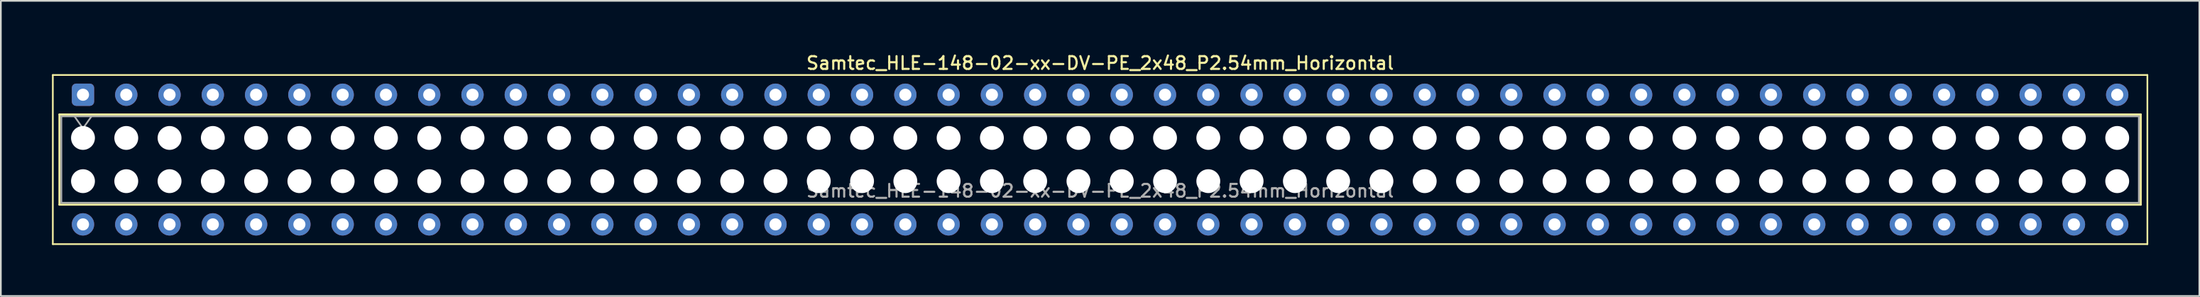
<source format=kicad_pcb>
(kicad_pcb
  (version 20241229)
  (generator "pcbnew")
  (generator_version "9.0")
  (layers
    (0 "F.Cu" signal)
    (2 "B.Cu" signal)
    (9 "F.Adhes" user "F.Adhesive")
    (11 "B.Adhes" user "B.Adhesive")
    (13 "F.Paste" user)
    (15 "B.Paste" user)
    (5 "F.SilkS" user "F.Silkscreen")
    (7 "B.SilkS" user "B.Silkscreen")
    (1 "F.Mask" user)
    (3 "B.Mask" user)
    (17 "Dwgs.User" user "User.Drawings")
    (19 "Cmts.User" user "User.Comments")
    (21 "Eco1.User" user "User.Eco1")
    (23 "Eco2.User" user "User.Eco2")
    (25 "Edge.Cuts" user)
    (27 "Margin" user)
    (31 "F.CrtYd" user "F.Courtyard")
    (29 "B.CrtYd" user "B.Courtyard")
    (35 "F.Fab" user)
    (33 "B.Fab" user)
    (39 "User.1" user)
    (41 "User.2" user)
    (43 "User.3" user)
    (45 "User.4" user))
  (footprint "Samtec_HLE-148-02-xx-DV-PE_2x48_P2.54mm_Horizontal"
    (layer "F.Cu")
    (at 1.82 2.518)
    (property "Reference" "Samtec_HLE-148-02-xx-DV-PE_2x48_P2.54mm_Horizontal" (at 59.69 -1.86 0) (layer "F.SilkS") (effects (font (size 0.75 0.75) (thickness 0.125))))
    (attr through_hole)
    (fp_line (start -1.77 -1.16) (end 121.15 -1.16) (stroke (width 0.1) (type solid)) (layer "F.SilkS"))
    (fp_line (start -1.77 8.78) (end -1.77 -1.16) (stroke (width 0.1) (type solid)) (layer "F.SilkS"))
    (fp_line (start -1.38 1.16) (end 120.76 1.16) (stroke (width 0.12) (type solid)) (layer "F.SilkS"))
    (fp_line (start -1.38 6.46) (end -1.38 1.16) (stroke (width 0.12) (type solid)) (layer "F.SilkS"))
    (fp_line (start 120.76 1.16) (end 120.76 6.46) (stroke (width 0.12) (type solid)) (layer "F.SilkS"))
    (fp_line (start 120.76 6.46) (end -1.38 6.46) (stroke (width 0.12) (type solid)) (layer "F.SilkS"))
    (fp_line (start 121.15 -1.16) (end 121.15 8.78) (stroke (width 0.1) (type solid)) (layer "F.SilkS"))
    (fp_line (start 121.15 8.78) (end -1.77 8.78) (stroke (width 0.1) (type solid)) (layer "F.SilkS"))
    (fp_line (start -1.27 1.27) (end 120.65 1.27) (stroke (width 0.1) (type solid)) (layer "F.Fab"))
    (fp_line (start -1.27 6.35) (end -1.27 1.27) (stroke (width 0.1) (type solid)) (layer "F.Fab"))
    (fp_line (start -0.5 1.27) (end 0 1.977) (stroke (width 0.1) (type solid)) (layer "F.Fab"))
    (fp_line (start 0 1.977) (end 0.5 1.27) (stroke (width 0.1) (type solid)) (layer "F.Fab"))
    (fp_line (start 120.65 1.27) (end 120.65 6.35) (stroke (width 0.1) (type solid)) (layer "F.Fab"))
    (fp_line (start 120.65 6.35) (end -1.27 6.35) (stroke (width 0.1) (type solid)) (layer "F.Fab"))
    (fp_text user "${REFERENCE}" (at 59.69 5.65 0) (layer "F.Fab") (effects (font (size 0.75 0.75) (thickness 0.125))))
    (pad "" np_thru_hole circle (at 0 2.54) (size 1.4 1.4) (drill 1.4) (layers "*.Cu" "*.Mask"))
    (pad "" np_thru_hole circle (at 0 5.08) (size 1.4 1.4) (drill 1.4) (layers "*.Cu" "*.Mask"))
    (pad "" np_thru_hole circle (at 2.54 2.54) (size 1.4 1.4) (drill 1.4) (layers "*.Cu" "*.Mask"))
    (pad "" np_thru_hole circle (at 2.54 5.08) (size 1.4 1.4) (drill 1.4) (layers "*.Cu" "*.Mask"))
    (pad "" np_thru_hole circle (at 5.08 2.54) (size 1.4 1.4) (drill 1.4) (layers "*.Cu" "*.Mask"))
    (pad "" np_thru_hole circle (at 5.08 5.08) (size 1.4 1.4) (drill 1.4) (layers "*.Cu" "*.Mask"))
    (pad "" np_thru_hole circle (at 7.62 2.54) (size 1.4 1.4) (drill 1.4) (layers "*.Cu" "*.Mask"))
    (pad "" np_thru_hole circle (at 7.62 5.08) (size 1.4 1.4) (drill 1.4) (layers "*.Cu" "*.Mask"))
    (pad "" np_thru_hole circle (at 10.16 2.54) (size 1.4 1.4) (drill 1.4) (layers "*.Cu" "*.Mask"))
    (pad "" np_thru_hole circle (at 10.16 5.08) (size 1.4 1.4) (drill 1.4) (layers "*.Cu" "*.Mask"))
    (pad "" np_thru_hole circle (at 12.7 2.54) (size 1.4 1.4) (drill 1.4) (layers "*.Cu" "*.Mask"))
    (pad "" np_thru_hole circle (at 12.7 5.08) (size 1.4 1.4) (drill 1.4) (layers "*.Cu" "*.Mask"))
    (pad "" np_thru_hole circle (at 15.24 2.54) (size 1.4 1.4) (drill 1.4) (layers "*.Cu" "*.Mask"))
    (pad "" np_thru_hole circle (at 15.24 5.08) (size 1.4 1.4) (drill 1.4) (layers "*.Cu" "*.Mask"))
    (pad "" np_thru_hole circle (at 17.78 2.54) (size 1.4 1.4) (drill 1.4) (layers "*.Cu" "*.Mask"))
    (pad "" np_thru_hole circle (at 17.78 5.08) (size 1.4 1.4) (drill 1.4) (layers "*.Cu" "*.Mask"))
    (pad "" np_thru_hole circle (at 20.32 2.54) (size 1.4 1.4) (drill 1.4) (layers "*.Cu" "*.Mask"))
    (pad "" np_thru_hole circle (at 20.32 5.08) (size 1.4 1.4) (drill 1.4) (layers "*.Cu" "*.Mask"))
    (pad "" np_thru_hole circle (at 22.86 2.54) (size 1.4 1.4) (drill 1.4) (layers "*.Cu" "*.Mask"))
    (pad "" np_thru_hole circle (at 22.86 5.08) (size 1.4 1.4) (drill 1.4) (layers "*.Cu" "*.Mask"))
    (pad "" np_thru_hole circle (at 25.4 2.54) (size 1.4 1.4) (drill 1.4) (layers "*.Cu" "*.Mask"))
    (pad "" np_thru_hole circle (at 25.4 5.08) (size 1.4 1.4) (drill 1.4) (layers "*.Cu" "*.Mask"))
    (pad "" np_thru_hole circle (at 27.94 2.54) (size 1.4 1.4) (drill 1.4) (layers "*.Cu" "*.Mask"))
    (pad "" np_thru_hole circle (at 27.94 5.08) (size 1.4 1.4) (drill 1.4) (layers "*.Cu" "*.Mask"))
    (pad "" np_thru_hole circle (at 30.48 2.54) (size 1.4 1.4) (drill 1.4) (layers "*.Cu" "*.Mask"))
    (pad "" np_thru_hole circle (at 30.48 5.08) (size 1.4 1.4) (drill 1.4) (layers "*.Cu" "*.Mask"))
    (pad "" np_thru_hole circle (at 33.02 2.54) (size 1.4 1.4) (drill 1.4) (layers "*.Cu" "*.Mask"))
    (pad "" np_thru_hole circle (at 33.02 5.08) (size 1.4 1.4) (drill 1.4) (layers "*.Cu" "*.Mask"))
    (pad "" np_thru_hole circle (at 35.56 2.54) (size 1.4 1.4) (drill 1.4) (layers "*.Cu" "*.Mask"))
    (pad "" np_thru_hole circle (at 35.56 5.08) (size 1.4 1.4) (drill 1.4) (layers "*.Cu" "*.Mask"))
    (pad "" np_thru_hole circle (at 38.1 2.54) (size 1.4 1.4) (drill 1.4) (layers "*.Cu" "*.Mask"))
    (pad "" np_thru_hole circle (at 38.1 5.08) (size 1.4 1.4) (drill 1.4) (layers "*.Cu" "*.Mask"))
    (pad "" np_thru_hole circle (at 40.64 2.54) (size 1.4 1.4) (drill 1.4) (layers "*.Cu" "*.Mask"))
    (pad "" np_thru_hole circle (at 40.64 5.08) (size 1.4 1.4) (drill 1.4) (layers "*.Cu" "*.Mask"))
    (pad "" np_thru_hole circle (at 43.18 2.54) (size 1.4 1.4) (drill 1.4) (layers "*.Cu" "*.Mask"))
    (pad "" np_thru_hole circle (at 43.18 5.08) (size 1.4 1.4) (drill 1.4) (layers "*.Cu" "*.Mask"))
    (pad "" np_thru_hole circle (at 45.72 2.54) (size 1.4 1.4) (drill 1.4) (layers "*.Cu" "*.Mask"))
    (pad "" np_thru_hole circle (at 45.72 5.08) (size 1.4 1.4) (drill 1.4) (layers "*.Cu" "*.Mask"))
    (pad "" np_thru_hole circle (at 48.26 2.54) (size 1.4 1.4) (drill 1.4) (layers "*.Cu" "*.Mask"))
    (pad "" np_thru_hole circle (at 48.26 5.08) (size 1.4 1.4) (drill 1.4) (layers "*.Cu" "*.Mask"))
    (pad "" np_thru_hole circle (at 50.8 2.54) (size 1.4 1.4) (drill 1.4) (layers "*.Cu" "*.Mask"))
    (pad "" np_thru_hole circle (at 50.8 5.08) (size 1.4 1.4) (drill 1.4) (layers "*.Cu" "*.Mask"))
    (pad "" np_thru_hole circle (at 53.34 2.54) (size 1.4 1.4) (drill 1.4) (layers "*.Cu" "*.Mask"))
    (pad "" np_thru_hole circle (at 53.34 5.08) (size 1.4 1.4) (drill 1.4) (layers "*.Cu" "*.Mask"))
    (pad "" np_thru_hole circle (at 55.88 2.54) (size 1.4 1.4) (drill 1.4) (layers "*.Cu" "*.Mask"))
    (pad "" np_thru_hole circle (at 55.88 5.08) (size 1.4 1.4) (drill 1.4) (layers "*.Cu" "*.Mask"))
    (pad "" np_thru_hole circle (at 58.42 2.54) (size 1.4 1.4) (drill 1.4) (layers "*.Cu" "*.Mask"))
    (pad "" np_thru_hole circle (at 58.42 5.08) (size 1.4 1.4) (drill 1.4) (layers "*.Cu" "*.Mask"))
    (pad "" np_thru_hole circle (at 60.96 2.54) (size 1.4 1.4) (drill 1.4) (layers "*.Cu" "*.Mask"))
    (pad "" np_thru_hole circle (at 60.96 5.08) (size 1.4 1.4) (drill 1.4) (layers "*.Cu" "*.Mask"))
    (pad "" np_thru_hole circle (at 63.5 2.54) (size 1.4 1.4) (drill 1.4) (layers "*.Cu" "*.Mask"))
    (pad "" np_thru_hole circle (at 63.5 5.08) (size 1.4 1.4) (drill 1.4) (layers "*.Cu" "*.Mask"))
    (pad "" np_thru_hole circle (at 66.04 2.54) (size 1.4 1.4) (drill 1.4) (layers "*.Cu" "*.Mask"))
    (pad "" np_thru_hole circle (at 66.04 5.08) (size 1.4 1.4) (drill 1.4) (layers "*.Cu" "*.Mask"))
    (pad "" np_thru_hole circle (at 68.58 2.54) (size 1.4 1.4) (drill 1.4) (layers "*.Cu" "*.Mask"))
    (pad "" np_thru_hole circle (at 68.58 5.08) (size 1.4 1.4) (drill 1.4) (layers "*.Cu" "*.Mask"))
    (pad "" np_thru_hole circle (at 71.12 2.54) (size 1.4 1.4) (drill 1.4) (layers "*.Cu" "*.Mask"))
    (pad "" np_thru_hole circle (at 71.12 5.08) (size 1.4 1.4) (drill 1.4) (layers "*.Cu" "*.Mask"))
    (pad "" np_thru_hole circle (at 73.66 2.54) (size 1.4 1.4) (drill 1.4) (layers "*.Cu" "*.Mask"))
    (pad "" np_thru_hole circle (at 73.66 5.08) (size 1.4 1.4) (drill 1.4) (layers "*.Cu" "*.Mask"))
    (pad "" np_thru_hole circle (at 76.2 2.54) (size 1.4 1.4) (drill 1.4) (layers "*.Cu" "*.Mask"))
    (pad "" np_thru_hole circle (at 76.2 5.08) (size 1.4 1.4) (drill 1.4) (layers "*.Cu" "*.Mask"))
    (pad "" np_thru_hole circle (at 78.74 2.54) (size 1.4 1.4) (drill 1.4) (layers "*.Cu" "*.Mask"))
    (pad "" np_thru_hole circle (at 78.74 5.08) (size 1.4 1.4) (drill 1.4) (layers "*.Cu" "*.Mask"))
    (pad "" np_thru_hole circle (at 81.28 2.54) (size 1.4 1.4) (drill 1.4) (layers "*.Cu" "*.Mask"))
    (pad "" np_thru_hole circle (at 81.28 5.08) (size 1.4 1.4) (drill 1.4) (layers "*.Cu" "*.Mask"))
    (pad "" np_thru_hole circle (at 83.82 2.54) (size 1.4 1.4) (drill 1.4) (layers "*.Cu" "*.Mask"))
    (pad "" np_thru_hole circle (at 83.82 5.08) (size 1.4 1.4) (drill 1.4) (layers "*.Cu" "*.Mask"))
    (pad "" np_thru_hole circle (at 86.36 2.54) (size 1.4 1.4) (drill 1.4) (layers "*.Cu" "*.Mask"))
    (pad "" np_thru_hole circle (at 86.36 5.08) (size 1.4 1.4) (drill 1.4) (layers "*.Cu" "*.Mask"))
    (pad "" np_thru_hole circle (at 88.9 2.54) (size 1.4 1.4) (drill 1.4) (layers "*.Cu" "*.Mask"))
    (pad "" np_thru_hole circle (at 88.9 5.08) (size 1.4 1.4) (drill 1.4) (layers "*.Cu" "*.Mask"))
    (pad "" np_thru_hole circle (at 91.44 2.54) (size 1.4 1.4) (drill 1.4) (layers "*.Cu" "*.Mask"))
    (pad "" np_thru_hole circle (at 91.44 5.08) (size 1.4 1.4) (drill 1.4) (layers "*.Cu" "*.Mask"))
    (pad "" np_thru_hole circle (at 93.98 2.54) (size 1.4 1.4) (drill 1.4) (layers "*.Cu" "*.Mask"))
    (pad "" np_thru_hole circle (at 93.98 5.08) (size 1.4 1.4) (drill 1.4) (layers "*.Cu" "*.Mask"))
    (pad "" np_thru_hole circle (at 96.52 2.54) (size 1.4 1.4) (drill 1.4) (layers "*.Cu" "*.Mask"))
    (pad "" np_thru_hole circle (at 96.52 5.08) (size 1.4 1.4) (drill 1.4) (layers "*.Cu" "*.Mask"))
    (pad "" np_thru_hole circle (at 99.06 2.54) (size 1.4 1.4) (drill 1.4) (layers "*.Cu" "*.Mask"))
    (pad "" np_thru_hole circle (at 99.06 5.08) (size 1.4 1.4) (drill 1.4) (layers "*.Cu" "*.Mask"))
    (pad "" np_thru_hole circle (at 101.6 2.54) (size 1.4 1.4) (drill 1.4) (layers "*.Cu" "*.Mask"))
    (pad "" np_thru_hole circle (at 101.6 5.08) (size 1.4 1.4) (drill 1.4) (layers "*.Cu" "*.Mask"))
    (pad "" np_thru_hole circle (at 104.14 2.54) (size 1.4 1.4) (drill 1.4) (layers "*.Cu" "*.Mask"))
    (pad "" np_thru_hole circle (at 104.14 5.08) (size 1.4 1.4) (drill 1.4) (layers "*.Cu" "*.Mask"))
    (pad "" np_thru_hole circle (at 106.68 2.54) (size 1.4 1.4) (drill 1.4) (layers "*.Cu" "*.Mask"))
    (pad "" np_thru_hole circle (at 106.68 5.08) (size 1.4 1.4) (drill 1.4) (layers "*.Cu" "*.Mask"))
    (pad "" np_thru_hole circle (at 109.22 2.54) (size 1.4 1.4) (drill 1.4) (layers "*.Cu" "*.Mask"))
    (pad "" np_thru_hole circle (at 109.22 5.08) (size 1.4 1.4) (drill 1.4) (layers "*.Cu" "*.Mask"))
    (pad "" np_thru_hole circle (at 111.76 2.54) (size 1.4 1.4) (drill 1.4) (layers "*.Cu" "*.Mask"))
    (pad "" np_thru_hole circle (at 111.76 5.08) (size 1.4 1.4) (drill 1.4) (layers "*.Cu" "*.Mask"))
    (pad "" np_thru_hole circle (at 114.3 2.54) (size 1.4 1.4) (drill 1.4) (layers "*.Cu" "*.Mask"))
    (pad "" np_thru_hole circle (at 114.3 5.08) (size 1.4 1.4) (drill 1.4) (layers "*.Cu" "*.Mask"))
    (pad "" np_thru_hole circle (at 116.84 2.54) (size 1.4 1.4) (drill 1.4) (layers "*.Cu" "*.Mask"))
    (pad "" np_thru_hole circle (at 116.84 5.08) (size 1.4 1.4) (drill 1.4) (layers "*.Cu" "*.Mask"))
    (pad "" np_thru_hole circle (at 119.38 2.54) (size 1.4 1.4) (drill 1.4) (layers "*.Cu" "*.Mask"))
    (pad "" np_thru_hole circle (at 119.38 5.08) (size 1.4 1.4) (drill 1.4) (layers "*.Cu" "*.Mask"))
    (pad "1" thru_hole roundrect (at 0 0) (size 1.31 1.31) (drill 0.71) (layers "*.Cu" "*.Mask") (roundrect_rratio 0.191))
    (pad "2" thru_hole circle (at 0 7.62) (size 1.31 1.31) (drill 0.71) (layers "*.Cu" "*.Mask"))
    (pad "3" thru_hole circle (at 2.54 0) (size 1.31 1.31) (drill 0.71) (layers "*.Cu" "*.Mask"))
    (pad "4" thru_hole circle (at 2.54 7.62) (size 1.31 1.31) (drill 0.71) (layers "*.Cu" "*.Mask"))
    (pad "5" thru_hole circle (at 5.08 0) (size 1.31 1.31) (drill 0.71) (layers "*.Cu" "*.Mask"))
    (pad "6" thru_hole circle (at 5.08 7.62) (size 1.31 1.31) (drill 0.71) (layers "*.Cu" "*.Mask"))
    (pad "7" thru_hole circle (at 7.62 0) (size 1.31 1.31) (drill 0.71) (layers "*.Cu" "*.Mask"))
    (pad "8" thru_hole circle (at 7.62 7.62) (size 1.31 1.31) (drill 0.71) (layers "*.Cu" "*.Mask"))
    (pad "9" thru_hole circle (at 10.16 0) (size 1.31 1.31) (drill 0.71) (layers "*.Cu" "*.Mask"))
    (pad "10" thru_hole circle (at 10.16 7.62) (size 1.31 1.31) (drill 0.71) (layers "*.Cu" "*.Mask"))
    (pad "11" thru_hole circle (at 12.7 0) (size 1.31 1.31) (drill 0.71) (layers "*.Cu" "*.Mask"))
    (pad "12" thru_hole circle (at 12.7 7.62) (size 1.31 1.31) (drill 0.71) (layers "*.Cu" "*.Mask"))
    (pad "13" thru_hole circle (at 15.24 0) (size 1.31 1.31) (drill 0.71) (layers "*.Cu" "*.Mask"))
    (pad "14" thru_hole circle (at 15.24 7.62) (size 1.31 1.31) (drill 0.71) (layers "*.Cu" "*.Mask"))
    (pad "15" thru_hole circle (at 17.78 0) (size 1.31 1.31) (drill 0.71) (layers "*.Cu" "*.Mask"))
    (pad "16" thru_hole circle (at 17.78 7.62) (size 1.31 1.31) (drill 0.71) (layers "*.Cu" "*.Mask"))
    (pad "17" thru_hole circle (at 20.32 0) (size 1.31 1.31) (drill 0.71) (layers "*.Cu" "*.Mask"))
    (pad "18" thru_hole circle (at 20.32 7.62) (size 1.31 1.31) (drill 0.71) (layers "*.Cu" "*.Mask"))
    (pad "19" thru_hole circle (at 22.86 0) (size 1.31 1.31) (drill 0.71) (layers "*.Cu" "*.Mask"))
    (pad "20" thru_hole circle (at 22.86 7.62) (size 1.31 1.31) (drill 0.71) (layers "*.Cu" "*.Mask"))
    (pad "21" thru_hole circle (at 25.4 0) (size 1.31 1.31) (drill 0.71) (layers "*.Cu" "*.Mask"))
    (pad "22" thru_hole circle (at 25.4 7.62) (size 1.31 1.31) (drill 0.71) (layers "*.Cu" "*.Mask"))
    (pad "23" thru_hole circle (at 27.94 0) (size 1.31 1.31) (drill 0.71) (layers "*.Cu" "*.Mask"))
    (pad "24" thru_hole circle (at 27.94 7.62) (size 1.31 1.31) (drill 0.71) (layers "*.Cu" "*.Mask"))
    (pad "25" thru_hole circle (at 30.48 0) (size 1.31 1.31) (drill 0.71) (layers "*.Cu" "*.Mask"))
    (pad "26" thru_hole circle (at 30.48 7.62) (size 1.31 1.31) (drill 0.71) (layers "*.Cu" "*.Mask"))
    (pad "27" thru_hole circle (at 33.02 0) (size 1.31 1.31) (drill 0.71) (layers "*.Cu" "*.Mask"))
    (pad "28" thru_hole circle (at 33.02 7.62) (size 1.31 1.31) (drill 0.71) (layers "*.Cu" "*.Mask"))
    (pad "29" thru_hole circle (at 35.56 0) (size 1.31 1.31) (drill 0.71) (layers "*.Cu" "*.Mask"))
    (pad "30" thru_hole circle (at 35.56 7.62) (size 1.31 1.31) (drill 0.71) (layers "*.Cu" "*.Mask"))
    (pad "31" thru_hole circle (at 38.1 0) (size 1.31 1.31) (drill 0.71) (layers "*.Cu" "*.Mask"))
    (pad "32" thru_hole circle (at 38.1 7.62) (size 1.31 1.31) (drill 0.71) (layers "*.Cu" "*.Mask"))
    (pad "33" thru_hole circle (at 40.64 0) (size 1.31 1.31) (drill 0.71) (layers "*.Cu" "*.Mask"))
    (pad "34" thru_hole circle (at 40.64 7.62) (size 1.31 1.31) (drill 0.71) (layers "*.Cu" "*.Mask"))
    (pad "35" thru_hole circle (at 43.18 0) (size 1.31 1.31) (drill 0.71) (layers "*.Cu" "*.Mask"))
    (pad "36" thru_hole circle (at 43.18 7.62) (size 1.31 1.31) (drill 0.71) (layers "*.Cu" "*.Mask"))
    (pad "37" thru_hole circle (at 45.72 0) (size 1.31 1.31) (drill 0.71) (layers "*.Cu" "*.Mask"))
    (pad "38" thru_hole circle (at 45.72 7.62) (size 1.31 1.31) (drill 0.71) (layers "*.Cu" "*.Mask"))
    (pad "39" thru_hole circle (at 48.26 0) (size 1.31 1.31) (drill 0.71) (layers "*.Cu" "*.Mask"))
    (pad "40" thru_hole circle (at 48.26 7.62) (size 1.31 1.31) (drill 0.71) (layers "*.Cu" "*.Mask"))
    (pad "41" thru_hole circle (at 50.8 0) (size 1.31 1.31) (drill 0.71) (layers "*.Cu" "*.Mask"))
    (pad "42" thru_hole circle (at 50.8 7.62) (size 1.31 1.31) (drill 0.71) (layers "*.Cu" "*.Mask"))
    (pad "43" thru_hole circle (at 53.34 0) (size 1.31 1.31) (drill 0.71) (layers "*.Cu" "*.Mask"))
    (pad "44" thru_hole circle (at 53.34 7.62) (size 1.31 1.31) (drill 0.71) (layers "*.Cu" "*.Mask"))
    (pad "45" thru_hole circle (at 55.88 0) (size 1.31 1.31) (drill 0.71) (layers "*.Cu" "*.Mask"))
    (pad "46" thru_hole circle (at 55.88 7.62) (size 1.31 1.31) (drill 0.71) (layers "*.Cu" "*.Mask"))
    (pad "47" thru_hole circle (at 58.42 0) (size 1.31 1.31) (drill 0.71) (layers "*.Cu" "*.Mask"))
    (pad "48" thru_hole circle (at 58.42 7.62) (size 1.31 1.31) (drill 0.71) (layers "*.Cu" "*.Mask"))
    (pad "49" thru_hole circle (at 60.96 0) (size 1.31 1.31) (drill 0.71) (layers "*.Cu" "*.Mask"))
    (pad "50" thru_hole circle (at 60.96 7.62) (size 1.31 1.31) (drill 0.71) (layers "*.Cu" "*.Mask"))
    (pad "51" thru_hole circle (at 63.5 0) (size 1.31 1.31) (drill 0.71) (layers "*.Cu" "*.Mask"))
    (pad "52" thru_hole circle (at 63.5 7.62) (size 1.31 1.31) (drill 0.71) (layers "*.Cu" "*.Mask"))
    (pad "53" thru_hole circle (at 66.04 0) (size 1.31 1.31) (drill 0.71) (layers "*.Cu" "*.Mask"))
    (pad "54" thru_hole circle (at 66.04 7.62) (size 1.31 1.31) (drill 0.71) (layers "*.Cu" "*.Mask"))
    (pad "55" thru_hole circle (at 68.58 0) (size 1.31 1.31) (drill 0.71) (layers "*.Cu" "*.Mask"))
    (pad "56" thru_hole circle (at 68.58 7.62) (size 1.31 1.31) (drill 0.71) (layers "*.Cu" "*.Mask"))
    (pad "57" thru_hole circle (at 71.12 0) (size 1.31 1.31) (drill 0.71) (layers "*.Cu" "*.Mask"))
    (pad "58" thru_hole circle (at 71.12 7.62) (size 1.31 1.31) (drill 0.71) (layers "*.Cu" "*.Mask"))
    (pad "59" thru_hole circle (at 73.66 0) (size 1.31 1.31) (drill 0.71) (layers "*.Cu" "*.Mask"))
    (pad "60" thru_hole circle (at 73.66 7.62) (size 1.31 1.31) (drill 0.71) (layers "*.Cu" "*.Mask"))
    (pad "61" thru_hole circle (at 76.2 0) (size 1.31 1.31) (drill 0.71) (layers "*.Cu" "*.Mask"))
    (pad "62" thru_hole circle (at 76.2 7.62) (size 1.31 1.31) (drill 0.71) (layers "*.Cu" "*.Mask"))
    (pad "63" thru_hole circle (at 78.74 0) (size 1.31 1.31) (drill 0.71) (layers "*.Cu" "*.Mask"))
    (pad "64" thru_hole circle (at 78.74 7.62) (size 1.31 1.31) (drill 0.71) (layers "*.Cu" "*.Mask"))
    (pad "65" thru_hole circle (at 81.28 0) (size 1.31 1.31) (drill 0.71) (layers "*.Cu" "*.Mask"))
    (pad "66" thru_hole circle (at 81.28 7.62) (size 1.31 1.31) (drill 0.71) (layers "*.Cu" "*.Mask"))
    (pad "67" thru_hole circle (at 83.82 0) (size 1.31 1.31) (drill 0.71) (layers "*.Cu" "*.Mask"))
    (pad "68" thru_hole circle (at 83.82 7.62) (size 1.31 1.31) (drill 0.71) (layers "*.Cu" "*.Mask"))
    (pad "69" thru_hole circle (at 86.36 0) (size 1.31 1.31) (drill 0.71) (layers "*.Cu" "*.Mask"))
    (pad "70" thru_hole circle (at 86.36 7.62) (size 1.31 1.31) (drill 0.71) (layers "*.Cu" "*.Mask"))
    (pad "71" thru_hole circle (at 88.9 0) (size 1.31 1.31) (drill 0.71) (layers "*.Cu" "*.Mask"))
    (pad "72" thru_hole circle (at 88.9 7.62) (size 1.31 1.31) (drill 0.71) (layers "*.Cu" "*.Mask"))
    (pad "73" thru_hole circle (at 91.44 0) (size 1.31 1.31) (drill 0.71) (layers "*.Cu" "*.Mask"))
    (pad "74" thru_hole circle (at 91.44 7.62) (size 1.31 1.31) (drill 0.71) (layers "*.Cu" "*.Mask"))
    (pad "75" thru_hole circle (at 93.98 0) (size 1.31 1.31) (drill 0.71) (layers "*.Cu" "*.Mask"))
    (pad "76" thru_hole circle (at 93.98 7.62) (size 1.31 1.31) (drill 0.71) (layers "*.Cu" "*.Mask"))
    (pad "77" thru_hole circle (at 96.52 0) (size 1.31 1.31) (drill 0.71) (layers "*.Cu" "*.Mask"))
    (pad "78" thru_hole circle (at 96.52 7.62) (size 1.31 1.31) (drill 0.71) (layers "*.Cu" "*.Mask"))
    (pad "79" thru_hole circle (at 99.06 0) (size 1.31 1.31) (drill 0.71) (layers "*.Cu" "*.Mask"))
    (pad "80" thru_hole circle (at 99.06 7.62) (size 1.31 1.31) (drill 0.71) (layers "*.Cu" "*.Mask"))
    (pad "81" thru_hole circle (at 101.6 0) (size 1.31 1.31) (drill 0.71) (layers "*.Cu" "*.Mask"))
    (pad "82" thru_hole circle (at 101.6 7.62) (size 1.31 1.31) (drill 0.71) (layers "*.Cu" "*.Mask"))
    (pad "83" thru_hole circle (at 104.14 0) (size 1.31 1.31) (drill 0.71) (layers "*.Cu" "*.Mask"))
    (pad "84" thru_hole circle (at 104.14 7.62) (size 1.31 1.31) (drill 0.71) (layers "*.Cu" "*.Mask"))
    (pad "85" thru_hole circle (at 106.68 0) (size 1.31 1.31) (drill 0.71) (layers "*.Cu" "*.Mask"))
    (pad "86" thru_hole circle (at 106.68 7.62) (size 1.31 1.31) (drill 0.71) (layers "*.Cu" "*.Mask"))
    (pad "87" thru_hole circle (at 109.22 0) (size 1.31 1.31) (drill 0.71) (layers "*.Cu" "*.Mask"))
    (pad "88" thru_hole circle (at 109.22 7.62) (size 1.31 1.31) (drill 0.71) (layers "*.Cu" "*.Mask"))
    (pad "89" thru_hole circle (at 111.76 0) (size 1.31 1.31) (drill 0.71) (layers "*.Cu" "*.Mask"))
    (pad "90" thru_hole circle (at 111.76 7.62) (size 1.31 1.31) (drill 0.71) (layers "*.Cu" "*.Mask"))
    (pad "91" thru_hole circle (at 114.3 0) (size 1.31 1.31) (drill 0.71) (layers "*.Cu" "*.Mask"))
    (pad "92" thru_hole circle (at 114.3 7.62) (size 1.31 1.31) (drill 0.71) (layers "*.Cu" "*.Mask"))
    (pad "93" thru_hole circle (at 116.84 0) (size 1.31 1.31) (drill 0.71) (layers "*.Cu" "*.Mask"))
    (pad "94" thru_hole circle (at 116.84 7.62) (size 1.31 1.31) (drill 0.71) (layers "*.Cu" "*.Mask"))
    (pad "95" thru_hole circle (at 119.38 0) (size 1.31 1.31) (drill 0.71) (layers "*.Cu" "*.Mask"))
    (pad "96" thru_hole circle (at 119.38 7.62) (size 1.31 1.31) (drill 0.71) (layers "*.Cu" "*.Mask")))
  (gr_rect
    (start -3 -3)
    (end 126.02 14.348)
    (stroke (width 0.1) (type default))
    (fill no)
    (layer "Edge.Cuts")))
</source>
